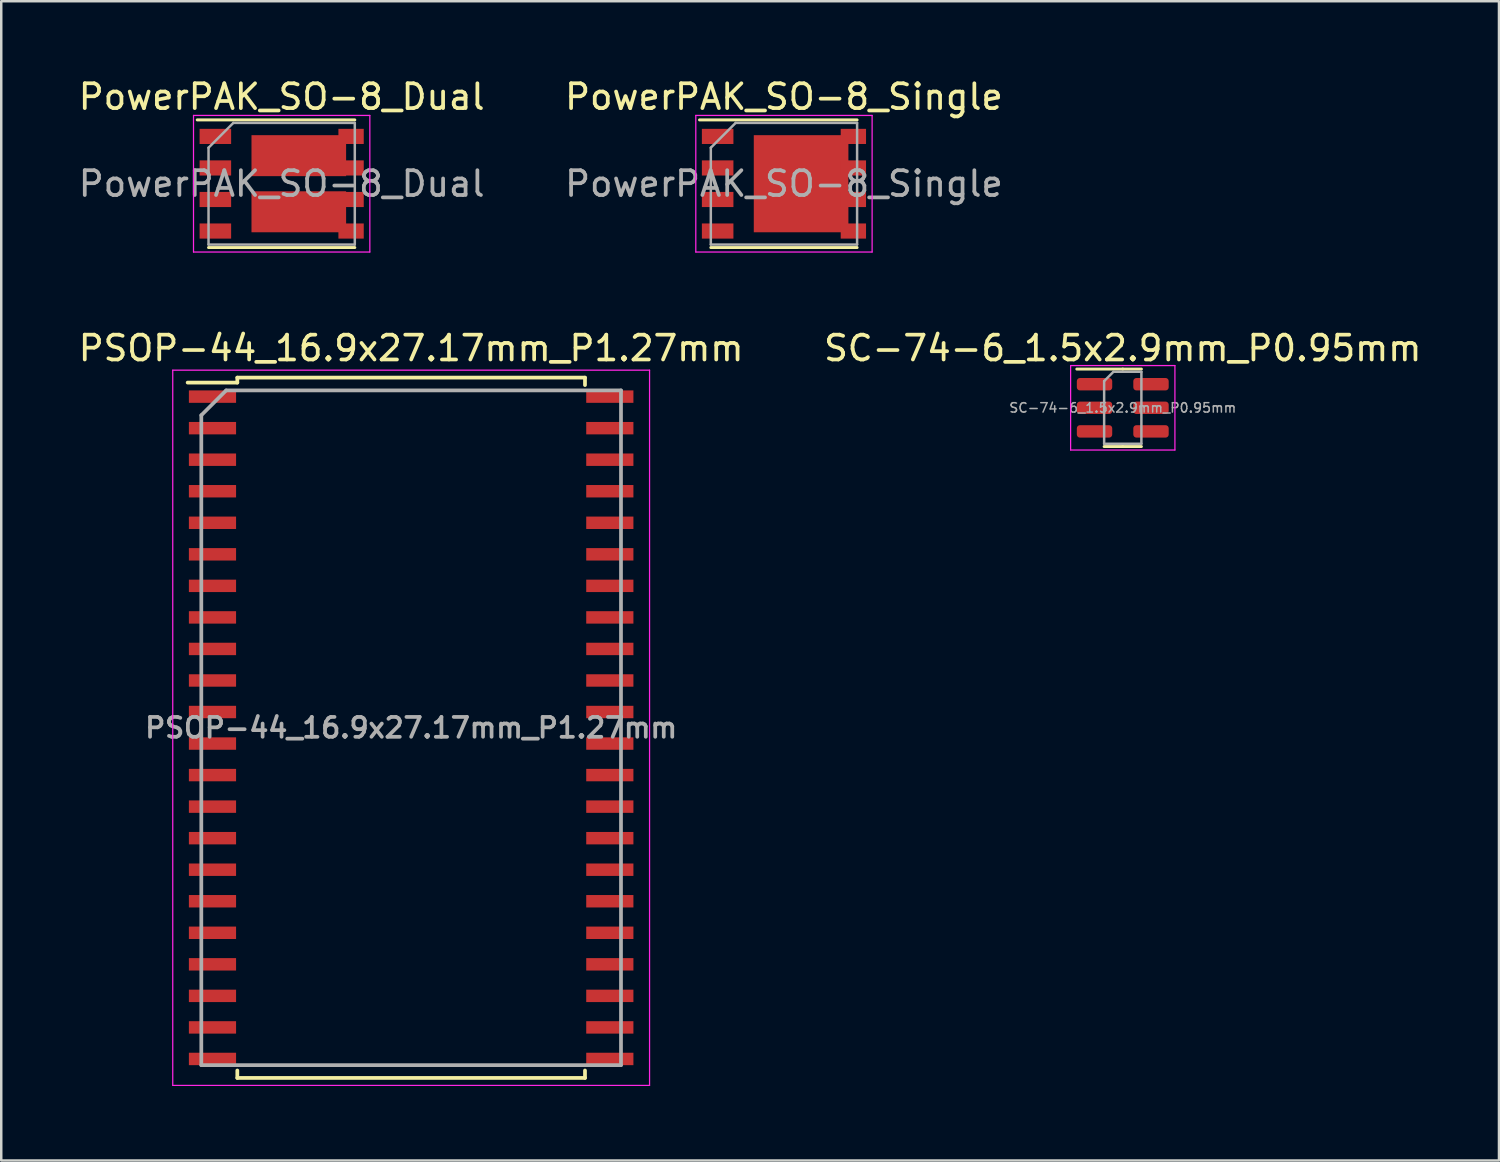
<source format=kicad_pcb>
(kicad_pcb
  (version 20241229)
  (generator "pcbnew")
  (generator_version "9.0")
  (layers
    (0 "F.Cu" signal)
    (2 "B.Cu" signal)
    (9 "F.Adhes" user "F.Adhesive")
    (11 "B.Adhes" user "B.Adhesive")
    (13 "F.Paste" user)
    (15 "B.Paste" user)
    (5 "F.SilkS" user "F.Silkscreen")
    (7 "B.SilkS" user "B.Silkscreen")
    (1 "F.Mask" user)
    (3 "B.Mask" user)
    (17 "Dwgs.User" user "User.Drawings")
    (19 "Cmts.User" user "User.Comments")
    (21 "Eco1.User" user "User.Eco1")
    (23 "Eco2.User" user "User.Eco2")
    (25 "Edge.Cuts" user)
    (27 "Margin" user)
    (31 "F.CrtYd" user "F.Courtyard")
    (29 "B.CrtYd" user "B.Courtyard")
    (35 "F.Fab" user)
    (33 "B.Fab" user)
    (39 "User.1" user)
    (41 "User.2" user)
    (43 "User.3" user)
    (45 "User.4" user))
  (footprint "PowerPAK_SO-8_Single"
    (layer "F.Cu")
    (at 28.518 4.348)
    (property "Reference" "PowerPAK_SO-8_Single" (at 0 -3.5 0) (layer "F.SilkS") (effects (font (size 1 1) (thickness 0.15))))
    (attr smd)
    (fp_line (start -3.4 -2.57) (end 2.945 -2.57) (stroke (width 0.12) (type solid)) (layer "F.SilkS"))
    (fp_line (start -2.945 2.57) (end 2.945 2.57) (stroke (width 0.12) (type solid)) (layer "F.SilkS"))
    (fp_line (start -3.55 -2.75) (end -3.55 2.75) (stroke (width 0.05) (type solid)) (layer "F.CrtYd"))
    (fp_line (start -3.55 -2.75) (end 3.55 -2.75) (stroke (width 0.05) (type solid)) (layer "F.CrtYd"))
    (fp_line (start -3.55 2.75) (end 3.55 2.75) (stroke (width 0.05) (type solid)) (layer "F.CrtYd"))
    (fp_line (start 3.55 -2.75) (end 3.55 2.75) (stroke (width 0.05) (type solid)) (layer "F.CrtYd"))
    (fp_line (start -2.945 2.45) (end -2.945 -1.45) (stroke (width 0.1) (type solid)) (layer "F.Fab"))
    (fp_line (start -1.945 -2.45) (end -2.945 -1.45) (stroke (width 0.1) (type solid)) (layer "F.Fab"))
    (fp_line (start -1.945 -2.45) (end 2.945 -2.45) (stroke (width 0.1) (type solid)) (layer "F.Fab"))
    (fp_line (start 2.945 -2.45) (end 2.945 2.45) (stroke (width 0.1) (type solid)) (layer "F.Fab"))
    (fp_line (start 2.945 2.45) (end -2.945 2.45) (stroke (width 0.1) (type solid)) (layer "F.Fab"))
    (fp_text user "${REFERENCE}" (at 0 0 0) (layer "F.Fab") (effects (font (size 1 1) (thickness 0.15))))
    (pad "1" smd rect (at -2.67 -1.905) (size 1.27 0.61) (layers "F.Cu" "F.Mask" "F.Paste"))
    (pad "2" smd rect (at -2.67 -0.635) (size 1.27 0.61) (layers "F.Cu" "F.Mask" "F.Paste"))
    (pad "3" smd rect (at -2.67 0.635) (size 1.27 0.61) (layers "F.Cu" "F.Mask" "F.Paste"))
    (pad "4" smd rect (at -2.67 1.905) (size 1.27 0.61) (layers "F.Cu" "F.Mask" "F.Paste"))
    (pad "5" smd rect (at 0.69 0) (size 3.81 3.91) (layers "F.Cu" "F.Mask" "F.Paste"))
    (pad "5" smd rect (at 2.795 -1.905) (size 1.02 0.61) (layers "F.Cu" "F.Mask" "F.Paste"))
    (pad "5" smd rect (at 2.795 -0.635) (size 1.02 0.61) (layers "F.Cu" "F.Mask" "F.Paste"))
    (pad "5" smd rect (at 2.795 0.635) (size 1.02 0.61) (layers "F.Cu" "F.Mask" "F.Paste"))
    (pad "5" smd rect (at 2.795 1.905) (size 1.02 0.61) (layers "F.Cu" "F.Mask" "F.Paste")))
  (footprint "PowerPAK_SO-8_Dual"
    (layer "F.Cu")
    (at 8.292 4.348)
    (property "Reference" "PowerPAK_SO-8_Dual" (at 0 -3.5 0) (layer "F.SilkS") (effects (font (size 1 1) (thickness 0.15))))
    (attr smd)
    (fp_line (start -3.4 -2.57) (end 2.945 -2.57) (stroke (width 0.12) (type solid)) (layer "F.SilkS"))
    (fp_line (start -2.945 2.57) (end 2.945 2.57) (stroke (width 0.12) (type solid)) (layer "F.SilkS"))
    (fp_line (start -3.55 -2.75) (end -3.55 2.75) (stroke (width 0.05) (type solid)) (layer "F.CrtYd"))
    (fp_line (start -3.55 -2.75) (end 3.55 -2.75) (stroke (width 0.05) (type solid)) (layer "F.CrtYd"))
    (fp_line (start -3.55 2.75) (end 3.55 2.75) (stroke (width 0.05) (type solid)) (layer "F.CrtYd"))
    (fp_line (start 3.55 -2.75) (end 3.55 2.75) (stroke (width 0.05) (type solid)) (layer "F.CrtYd"))
    (fp_line (start -2.945 2.45) (end -2.945 -1.45) (stroke (width 0.1) (type solid)) (layer "F.Fab"))
    (fp_line (start -1.945 -2.45) (end -2.945 -1.45) (stroke (width 0.1) (type solid)) (layer "F.Fab"))
    (fp_line (start -1.945 -2.45) (end 2.945 -2.45) (stroke (width 0.1) (type solid)) (layer "F.Fab"))
    (fp_line (start 2.945 -2.45) (end 2.945 2.45) (stroke (width 0.1) (type solid)) (layer "F.Fab"))
    (fp_line (start 2.945 2.45) (end -2.945 2.45) (stroke (width 0.1) (type solid)) (layer "F.Fab"))
    (fp_text user "${REFERENCE}" (at 0 0 0) (layer "F.Fab") (effects (font (size 1 1) (thickness 0.15))))
    (pad "1" smd rect (at -2.67 -1.905) (size 1.27 0.61) (layers "F.Cu" "F.Mask" "F.Paste"))
    (pad "2" smd rect (at -2.67 -0.635) (size 1.27 0.61) (layers "F.Cu" "F.Mask" "F.Paste"))
    (pad "3" smd rect (at -2.67 0.635) (size 1.27 0.61) (layers "F.Cu" "F.Mask" "F.Paste"))
    (pad "4" smd rect (at -2.67 1.905) (size 1.27 0.61) (layers "F.Cu" "F.Mask" "F.Paste"))
    (pad "5" smd rect (at 0.69 -1.13) (size 3.81 1.65) (layers "F.Cu" "F.Mask" "F.Paste"))
    (pad "5" smd rect (at 2.795 -1.905) (size 1.02 0.61) (layers "F.Cu" "F.Mask" "F.Paste"))
    (pad "5" smd rect (at 2.795 -0.635) (size 1.02 0.61) (layers "F.Cu" "F.Mask" "F.Paste"))
    (pad "6" smd rect (at 0.69 1.13) (size 3.81 1.65) (layers "F.Cu" "F.Mask" "F.Paste"))
    (pad "6" smd rect (at 2.795 0.635) (size 1.02 0.61) (layers "F.Cu" "F.Mask" "F.Paste"))
    (pad "6" smd rect (at 2.795 1.905) (size 1.02 0.61) (layers "F.Cu" "F.Mask" "F.Paste")))
  (footprint "SC-74-6_1.5x2.9mm_P0.95mm"
    (layer "F.Cu")
    (at 42.161 13.371)
    (property "Reference" "SC-74-6_1.5x2.9mm_P0.95mm" (at 0 -2.4 0) (layer "F.SilkS") (effects (font (size 1 1) (thickness 0.15))))
    (attr smd)
    (fp_line (start 0 -1.56) (end -1.85 -1.56) (stroke (width 0.12) (type solid)) (layer "F.SilkS"))
    (fp_line (start 0 -1.56) (end 0.75 -1.56) (stroke (width 0.12) (type solid)) (layer "F.SilkS"))
    (fp_line (start 0 1.56) (end -0.75 1.56) (stroke (width 0.12) (type solid)) (layer "F.SilkS"))
    (fp_line (start 0 1.56) (end 0.75 1.56) (stroke (width 0.12) (type solid)) (layer "F.SilkS"))
    (fp_line (start -2.1 -1.7) (end -2.1 1.7) (stroke (width 0.05) (type solid)) (layer "F.CrtYd"))
    (fp_line (start -2.1 1.7) (end 2.1 1.7) (stroke (width 0.05) (type solid)) (layer "F.CrtYd"))
    (fp_line (start 2.1 -1.7) (end -2.1 -1.7) (stroke (width 0.05) (type solid)) (layer "F.CrtYd"))
    (fp_line (start 2.1 1.7) (end 2.1 -1.7) (stroke (width 0.05) (type solid)) (layer "F.CrtYd"))
    (fp_line (start -0.75 -1.075) (end -0.375 -1.45) (stroke (width 0.1) (type solid)) (layer "F.Fab"))
    (fp_line (start -0.75 1.45) (end -0.75 -1.075) (stroke (width 0.1) (type solid)) (layer "F.Fab"))
    (fp_line (start -0.375 -1.45) (end 0.75 -1.45) (stroke (width 0.1) (type solid)) (layer "F.Fab"))
    (fp_line (start 0.75 -1.45) (end 0.75 1.45) (stroke (width 0.1) (type solid)) (layer "F.Fab"))
    (fp_line (start 0.75 1.45) (end -0.75 1.45) (stroke (width 0.1) (type solid)) (layer "F.Fab"))
    (fp_text user "${REFERENCE}" (at 0 0 0) (layer "F.Fab") (effects (font (size 0.38 0.38) (thickness 0.06))))
    (pad "1" smd roundrect (at -1.137 -0.95) (size 1.425 0.5) (layers "F.Cu" "F.Mask" "F.Paste") (roundrect_rratio 0.25))
    (pad "2" smd roundrect (at -1.137 0) (size 1.425 0.5) (layers "F.Cu" "F.Mask" "F.Paste") (roundrect_rratio 0.25))
    (pad "3" smd roundrect (at -1.137 0.95) (size 1.425 0.5) (layers "F.Cu" "F.Mask" "F.Paste") (roundrect_rratio 0.25))
    (pad "4" smd roundrect (at 1.137 0.95) (size 1.425 0.5) (layers "F.Cu" "F.Mask" "F.Paste") (roundrect_rratio 0.25))
    (pad "5" smd roundrect (at 1.137 0) (size 1.425 0.5) (layers "F.Cu" "F.Mask" "F.Paste") (roundrect_rratio 0.25))
    (pad "6" smd roundrect (at 1.137 -0.95) (size 1.425 0.5) (layers "F.Cu" "F.Mask" "F.Paste") (roundrect_rratio 0.25)))
  (footprint "PSOP-44_16.9x27.17mm_P1.27mm"
    (layer "F.Cu")
    (at 13.506 26.256)
    (property "Reference" "PSOP-44_16.9x27.17mm_P1.27mm" (at 0 -15.285 0) (layer "F.SilkS") (effects (font (size 1 1) (thickness 0.15))))
    (attr smd)
    (fp_line (start -7 -14.1) (end -7 -13.9) (stroke (width 0.15) (type solid)) (layer "F.SilkS"))
    (fp_line (start -7 -14.1) (end 7 -14.1) (stroke (width 0.15) (type solid)) (layer "F.SilkS"))
    (fp_line (start -7 -13.9) (end -9 -13.9) (stroke (width 0.15) (type solid)) (layer "F.SilkS"))
    (fp_line (start -7 13.8) (end -7 14.1) (stroke (width 0.15) (type solid)) (layer "F.SilkS"))
    (fp_line (start -7 14.1) (end 7 14.1) (stroke (width 0.15) (type solid)) (layer "F.SilkS"))
    (fp_line (start 7 -14.1) (end 7 -13.8) (stroke (width 0.15) (type solid)) (layer "F.SilkS"))
    (fp_line (start 7 13.8) (end 7 14.1) (stroke (width 0.15) (type solid)) (layer "F.SilkS"))
    (fp_line (start -9.6 -14.4) (end -9.6 14.4) (stroke (width 0.05) (type solid)) (layer "F.CrtYd"))
    (fp_line (start -9.6 -14.4) (end 9.6 -14.4) (stroke (width 0.05) (type solid)) (layer "F.CrtYd"))
    (fp_line (start -9.6 14.4) (end 9.6 14.4) (stroke (width 0.05) (type solid)) (layer "F.CrtYd"))
    (fp_line (start 9.6 -14.4) (end 9.6 14.4) (stroke (width 0.05) (type solid)) (layer "F.CrtYd"))
    (fp_line (start -8.45 -12.585) (end -7.45 -13.585) (stroke (width 0.15) (type solid)) (layer "F.Fab"))
    (fp_line (start -8.45 13.585) (end -8.45 -12.585) (stroke (width 0.15) (type solid)) (layer "F.Fab"))
    (fp_line (start -7.45 -13.585) (end 8.45 -13.585) (stroke (width 0.15) (type solid)) (layer "F.Fab"))
    (fp_line (start 8.45 -13.585) (end 8.45 13.585) (stroke (width 0.15) (type solid)) (layer "F.Fab"))
    (fp_line (start 8.45 13.585) (end -8.45 13.585) (stroke (width 0.15) (type solid)) (layer "F.Fab"))
    (fp_text user "${REFERENCE}" (at 0 0 0) (layer "F.Fab") (effects (font (size 0.8 0.8) (thickness 0.15))))
    (pad "1" smd rect (at -8 -13.335 270) (size 0.5 1.9) (layers "F.Cu" "F.Mask" "F.Paste"))
    (pad "2" smd rect (at -8 -12.065 270) (size 0.5 1.9) (layers "F.Cu" "F.Mask" "F.Paste"))
    (pad "3" smd rect (at -8 -10.795 270) (size 0.5 1.9) (layers "F.Cu" "F.Mask" "F.Paste"))
    (pad "4" smd rect (at -8 -9.525 270) (size 0.5 1.9) (layers "F.Cu" "F.Mask" "F.Paste"))
    (pad "5" smd rect (at -8 -8.255 270) (size 0.5 1.9) (layers "F.Cu" "F.Mask" "F.Paste"))
    (pad "6" smd rect (at -8 -6.985 270) (size 0.5 1.9) (layers "F.Cu" "F.Mask" "F.Paste"))
    (pad "7" smd rect (at -8 -5.715 270) (size 0.5 1.9) (layers "F.Cu" "F.Mask" "F.Paste"))
    (pad "8" smd rect (at -8 -4.445 270) (size 0.5 1.9) (layers "F.Cu" "F.Mask" "F.Paste"))
    (pad "9" smd rect (at -8 -3.175 270) (size 0.5 1.9) (layers "F.Cu" "F.Mask" "F.Paste"))
    (pad "10" smd rect (at -8 -1.905 270) (size 0.5 1.9) (layers "F.Cu" "F.Mask" "F.Paste"))
    (pad "11" smd rect (at -8 -0.635 270) (size 0.5 1.9) (layers "F.Cu" "F.Mask" "F.Paste"))
    (pad "12" smd rect (at -8 0.635 270) (size 0.5 1.9) (layers "F.Cu" "F.Mask" "F.Paste"))
    (pad "13" smd rect (at -8 1.905 270) (size 0.5 1.9) (layers "F.Cu" "F.Mask" "F.Paste"))
    (pad "14" smd rect (at -8 3.175 270) (size 0.5 1.9) (layers "F.Cu" "F.Mask" "F.Paste"))
    (pad "15" smd rect (at -8 4.445 270) (size 0.5 1.9) (layers "F.Cu" "F.Mask" "F.Paste"))
    (pad "16" smd rect (at -8 5.715 270) (size 0.5 1.9) (layers "F.Cu" "F.Mask" "F.Paste"))
    (pad "17" smd rect (at -8 6.985 270) (size 0.5 1.9) (layers "F.Cu" "F.Mask" "F.Paste"))
    (pad "18" smd rect (at -8 8.255 270) (size 0.5 1.9) (layers "F.Cu" "F.Mask" "F.Paste"))
    (pad "19" smd rect (at -8 9.525 270) (size 0.5 1.9) (layers "F.Cu" "F.Mask" "F.Paste"))
    (pad "20" smd rect (at -8 10.795 270) (size 0.5 1.9) (layers "F.Cu" "F.Mask" "F.Paste"))
    (pad "21" smd rect (at -8 12.065 270) (size 0.5 1.9) (layers "F.Cu" "F.Mask" "F.Paste"))
    (pad "22" smd rect (at -8 13.335 270) (size 0.5 1.9) (layers "F.Cu" "F.Mask" "F.Paste"))
    (pad "23" smd rect (at 8 13.335 270) (size 0.5 1.9) (layers "F.Cu" "F.Mask" "F.Paste"))
    (pad "24" smd rect (at 8 12.065 270) (size 0.5 1.9) (layers "F.Cu" "F.Mask" "F.Paste"))
    (pad "25" smd rect (at 8 10.795 270) (size 0.5 1.9) (layers "F.Cu" "F.Mask" "F.Paste"))
    (pad "26" smd rect (at 8 9.525 270) (size 0.5 1.9) (layers "F.Cu" "F.Mask" "F.Paste"))
    (pad "27" smd rect (at 8 8.255 270) (size 0.5 1.9) (layers "F.Cu" "F.Mask" "F.Paste"))
    (pad "28" smd rect (at 8 6.985 270) (size 0.5 1.9) (layers "F.Cu" "F.Mask" "F.Paste"))
    (pad "29" smd rect (at 8 5.715 270) (size 0.5 1.9) (layers "F.Cu" "F.Mask" "F.Paste"))
    (pad "30" smd rect (at 8 4.445 270) (size 0.5 1.9) (layers "F.Cu" "F.Mask" "F.Paste"))
    (pad "31" smd rect (at 8 3.175 270) (size 0.5 1.9) (layers "F.Cu" "F.Mask" "F.Paste"))
    (pad "32" smd rect (at 8 1.905 270) (size 0.5 1.9) (layers "F.Cu" "F.Mask" "F.Paste"))
    (pad "33" smd rect (at 8 0.635 270) (size 0.5 1.9) (layers "F.Cu" "F.Mask" "F.Paste"))
    (pad "34" smd rect (at 8 -0.635 270) (size 0.5 1.9) (layers "F.Cu" "F.Mask" "F.Paste"))
    (pad "35" smd rect (at 8 -1.905 270) (size 0.5 1.9) (layers "F.Cu" "F.Mask" "F.Paste"))
    (pad "36" smd rect (at 8 -3.175 270) (size 0.5 1.9) (layers "F.Cu" "F.Mask" "F.Paste"))
    (pad "37" smd rect (at 8 -4.445 270) (size 0.5 1.9) (layers "F.Cu" "F.Mask" "F.Paste"))
    (pad "38" smd rect (at 8 -5.715 270) (size 0.5 1.9) (layers "F.Cu" "F.Mask" "F.Paste"))
    (pad "39" smd rect (at 8 -6.985 270) (size 0.5 1.9) (layers "F.Cu" "F.Mask" "F.Paste"))
    (pad "40" smd rect (at 8 -8.255 270) (size 0.5 1.9) (layers "F.Cu" "F.Mask" "F.Paste"))
    (pad "41" smd rect (at 8 -9.525 270) (size 0.5 1.9) (layers "F.Cu" "F.Mask" "F.Paste"))
    (pad "42" smd rect (at 8 -10.795 270) (size 0.5 1.9) (layers "F.Cu" "F.Mask" "F.Paste"))
    (pad "43" smd rect (at 8 -12.065 270) (size 0.5 1.9) (layers "F.Cu" "F.Mask" "F.Paste"))
    (pad "44" smd rect (at 8 -13.335 270) (size 0.5 1.9) (layers "F.Cu" "F.Mask" "F.Paste")))
  (gr_rect
    (start -3 -3)
    (end 57.31 43.681)
    (stroke (width 0.1) (type default))
    (fill no)
    (layer "Edge.Cuts")))
</source>
